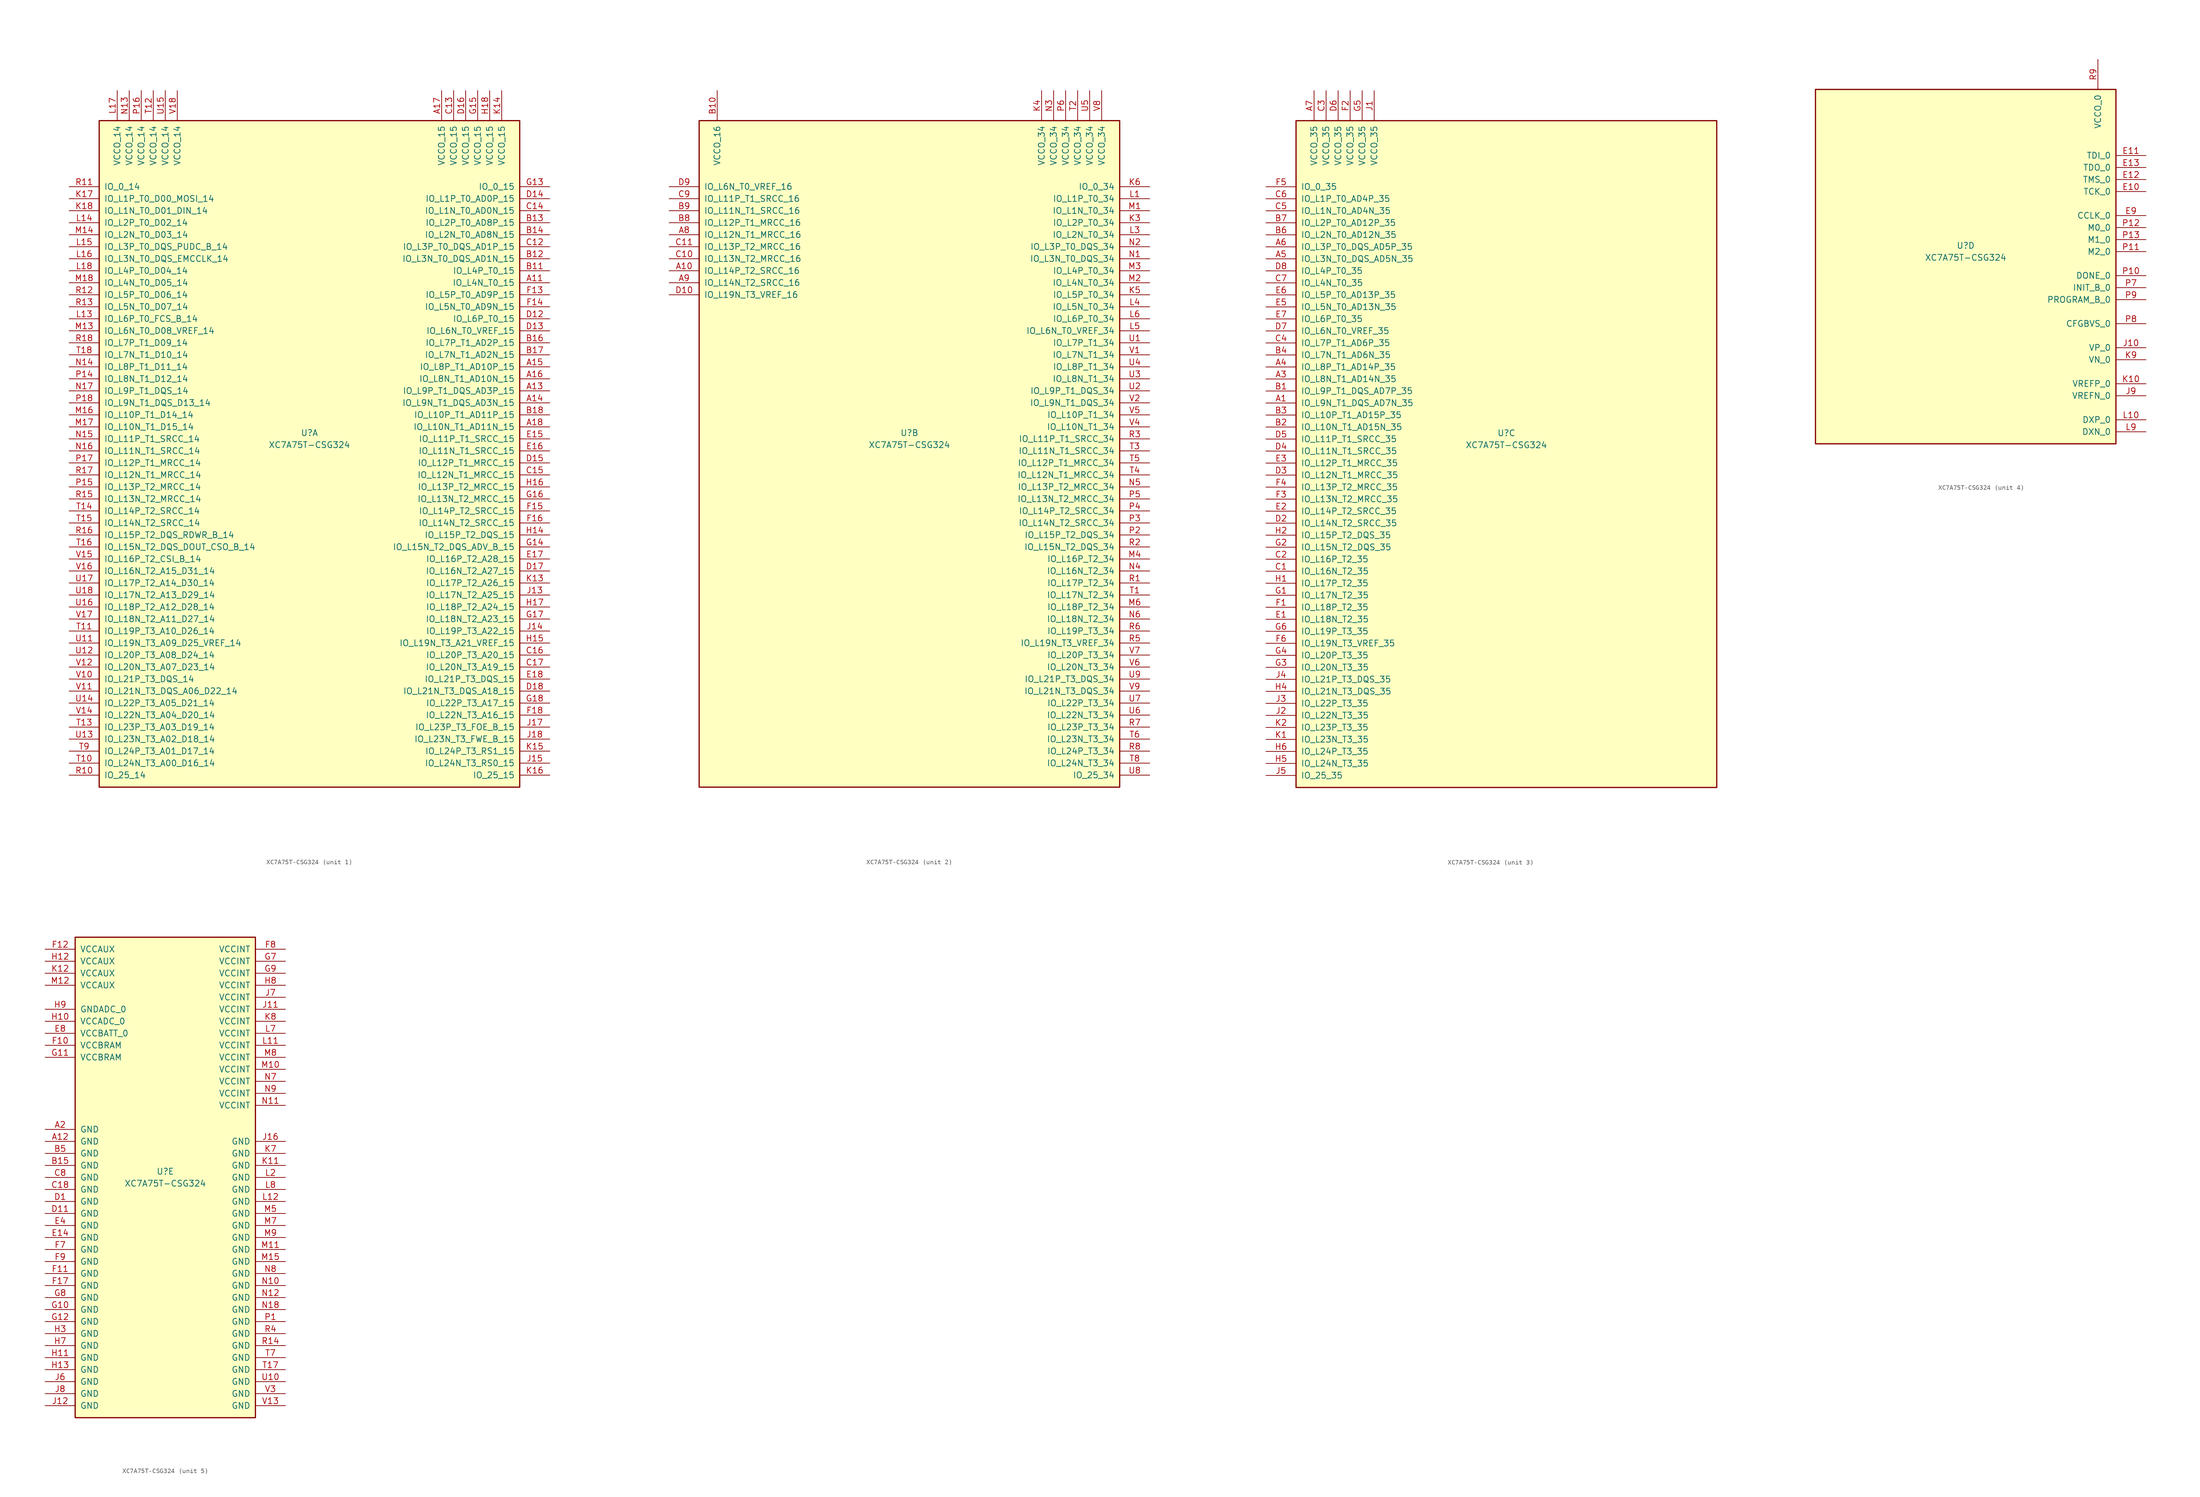
<source format=kicad_sym>
(kicad_symbol_lib
  (version 20231120)
  (generator "kicad_symbol_editor")
  (generator_version "8.0")
  (symbol "XC7A75T-CSG324"
    (pin_names
      (offset 1.016))
    (property "Reference" "U"
      (at 0 1.27 0)
      (effects (font (size 1.27 1.27))))
    (property "Value" "XC7A75T-CSG324"
      (at 0 -1.27 0)
      (effects (font (size 1.27 1.27))))
    (property "Datasheet" ""
      (at 0 0 0)
      (effects (font (size 1.27 1.27))))
    (property "ki_locked" ""
      (at 0 0 0)
      (effects (font (size 1.27 1.27))))
    (symbol "XC7A75T-CSG324_1_1"
      (rectangle (start -44.45 67.31) (end 44.45 -73.66) (stroke (width 0.254) (type default)) (fill (type background)))
      (pin bidirectional line (at 50.8 33.02 180) (length 6.35) (name "IO_L4N_T0_15" (effects (font (size 1.27 1.27)))) (number "A11" (effects (font (size 1.27 1.27)))))
      (pin bidirectional line (at 50.8 10.16 180) (length 6.35) (name "IO_L9P_T1_DQS_AD3P_15" (effects (font (size 1.27 1.27)))) (number "A13" (effects (font (size 1.27 1.27)))))
      (pin bidirectional line (at 50.8 7.62 180) (length 6.35) (name "IO_L9N_T1_DQS_AD3N_15" (effects (font (size 1.27 1.27)))) (number "A14" (effects (font (size 1.27 1.27)))))
      (pin bidirectional line (at 50.8 15.24 180) (length 6.35) (name "IO_L8P_T1_AD10P_15" (effects (font (size 1.27 1.27)))) (number "A15" (effects (font (size 1.27 1.27)))))
      (pin bidirectional line (at 50.8 12.7 180) (length 6.35) (name "IO_L8N_T1_AD10N_15" (effects (font (size 1.27 1.27)))) (number "A16" (effects (font (size 1.27 1.27)))))
      (pin power_in line (at 27.94 73.66 270) (length 6.35) (name "VCCO_15" (effects (font (size 1.27 1.27)))) (number "A17" (effects (font (size 1.27 1.27)))))
      (pin bidirectional line (at 50.8 2.54 180) (length 6.35) (name "IO_L10N_T1_AD11N_15" (effects (font (size 1.27 1.27)))) (number "A18" (effects (font (size 1.27 1.27)))))
      (pin bidirectional line (at 50.8 35.56 180) (length 6.35) (name "IO_L4P_T0_15" (effects (font (size 1.27 1.27)))) (number "B11" (effects (font (size 1.27 1.27)))))
      (pin bidirectional line (at 50.8 38.1 180) (length 6.35) (name "IO_L3N_T0_DQS_AD1N_15" (effects (font (size 1.27 1.27)))) (number "B12" (effects (font (size 1.27 1.27)))))
      (pin bidirectional line (at 50.8 45.72 180) (length 6.35) (name "IO_L2P_T0_AD8P_15" (effects (font (size 1.27 1.27)))) (number "B13" (effects (font (size 1.27 1.27)))))
      (pin bidirectional line (at 50.8 43.18 180) (length 6.35) (name "IO_L2N_T0_AD8N_15" (effects (font (size 1.27 1.27)))) (number "B14" (effects (font (size 1.27 1.27)))))
      (pin bidirectional line (at 50.8 20.32 180) (length 6.35) (name "IO_L7P_T1_AD2P_15" (effects (font (size 1.27 1.27)))) (number "B16" (effects (font (size 1.27 1.27)))))
      (pin bidirectional line (at 50.8 17.78 180) (length 6.35) (name "IO_L7N_T1_AD2N_15" (effects (font (size 1.27 1.27)))) (number "B17" (effects (font (size 1.27 1.27)))))
      (pin bidirectional line (at 50.8 5.08 180) (length 6.35) (name "IO_L10P_T1_AD11P_15" (effects (font (size 1.27 1.27)))) (number "B18" (effects (font (size 1.27 1.27)))))
      (pin bidirectional line (at 50.8 40.64 180) (length 6.35) (name "IO_L3P_T0_DQS_AD1P_15" (effects (font (size 1.27 1.27)))) (number "C12" (effects (font (size 1.27 1.27)))))
      (pin power_in line (at 30.48 73.66 270) (length 6.35) (name "VCCO_15" (effects (font (size 1.27 1.27)))) (number "C13" (effects (font (size 1.27 1.27)))))
      (pin bidirectional line (at 50.8 48.26 180) (length 6.35) (name "IO_L1N_T0_AD0N_15" (effects (font (size 1.27 1.27)))) (number "C14" (effects (font (size 1.27 1.27)))))
      (pin bidirectional line (at 50.8 -7.62 180) (length 6.35) (name "IO_L12N_T1_MRCC_15" (effects (font (size 1.27 1.27)))) (number "C15" (effects (font (size 1.27 1.27)))))
      (pin bidirectional line (at 50.8 -45.72 180) (length 6.35) (name "IO_L20P_T3_A20_15" (effects (font (size 1.27 1.27)))) (number "C16" (effects (font (size 1.27 1.27)))))
      (pin bidirectional line (at 50.8 -48.26 180) (length 6.35) (name "IO_L20N_T3_A19_15" (effects (font (size 1.27 1.27)))) (number "C17" (effects (font (size 1.27 1.27)))))
      (pin bidirectional line (at 50.8 25.4 180) (length 6.35) (name "IO_L6P_T0_15" (effects (font (size 1.27 1.27)))) (number "D12" (effects (font (size 1.27 1.27)))))
      (pin bidirectional line (at 50.8 22.86 180) (length 6.35) (name "IO_L6N_T0_VREF_15" (effects (font (size 1.27 1.27)))) (number "D13" (effects (font (size 1.27 1.27)))))
      (pin bidirectional line (at 50.8 50.8 180) (length 6.35) (name "IO_L1P_T0_AD0P_15" (effects (font (size 1.27 1.27)))) (number "D14" (effects (font (size 1.27 1.27)))))
      (pin bidirectional line (at 50.8 -5.08 180) (length 6.35) (name "IO_L12P_T1_MRCC_15" (effects (font (size 1.27 1.27)))) (number "D15" (effects (font (size 1.27 1.27)))))
      (pin power_in line (at 33.02 73.66 270) (length 6.35) (name "VCCO_15" (effects (font (size 1.27 1.27)))) (number "D16" (effects (font (size 1.27 1.27)))))
      (pin bidirectional line (at 50.8 -27.94 180) (length 6.35) (name "IO_L16N_T2_A27_15" (effects (font (size 1.27 1.27)))) (number "D17" (effects (font (size 1.27 1.27)))))
      (pin bidirectional line (at 50.8 -53.34 180) (length 6.35) (name "IO_L21N_T3_DQS_A18_15" (effects (font (size 1.27 1.27)))) (number "D18" (effects (font (size 1.27 1.27)))))
      (pin bidirectional line (at 50.8 0 180) (length 6.35) (name "IO_L11P_T1_SRCC_15" (effects (font (size 1.27 1.27)))) (number "E15" (effects (font (size 1.27 1.27)))))
      (pin bidirectional line (at 50.8 -2.54 180) (length 6.35) (name "IO_L11N_T1_SRCC_15" (effects (font (size 1.27 1.27)))) (number "E16" (effects (font (size 1.27 1.27)))))
      (pin bidirectional line (at 50.8 -25.4 180) (length 6.35) (name "IO_L16P_T2_A28_15" (effects (font (size 1.27 1.27)))) (number "E17" (effects (font (size 1.27 1.27)))))
      (pin bidirectional line (at 50.8 -50.8 180) (length 6.35) (name "IO_L21P_T3_DQS_15" (effects (font (size 1.27 1.27)))) (number "E18" (effects (font (size 1.27 1.27)))))
      (pin bidirectional line (at 50.8 30.48 180) (length 6.35) (name "IO_L5P_T0_AD9P_15" (effects (font (size 1.27 1.27)))) (number "F13" (effects (font (size 1.27 1.27)))))
      (pin bidirectional line (at 50.8 27.94 180) (length 6.35) (name "IO_L5N_T0_AD9N_15" (effects (font (size 1.27 1.27)))) (number "F14" (effects (font (size 1.27 1.27)))))
      (pin bidirectional line (at 50.8 -15.24 180) (length 6.35) (name "IO_L14P_T2_SRCC_15" (effects (font (size 1.27 1.27)))) (number "F15" (effects (font (size 1.27 1.27)))))
      (pin bidirectional line (at 50.8 -17.78 180) (length 6.35) (name "IO_L14N_T2_SRCC_15" (effects (font (size 1.27 1.27)))) (number "F16" (effects (font (size 1.27 1.27)))))
      (pin bidirectional line (at 50.8 -58.42 180) (length 6.35) (name "IO_L22N_T3_A16_15" (effects (font (size 1.27 1.27)))) (number "F18" (effects (font (size 1.27 1.27)))))
      (pin bidirectional line (at 50.8 53.34 180) (length 6.35) (name "IO_0_15" (effects (font (size 1.27 1.27)))) (number "G13" (effects (font (size 1.27 1.27)))))
      (pin bidirectional line (at 50.8 -22.86 180) (length 6.35) (name "IO_L15N_T2_DQS_ADV_B_15" (effects (font (size 1.27 1.27)))) (number "G14" (effects (font (size 1.27 1.27)))))
      (pin power_in line (at 35.56 73.66 270) (length 6.35) (name "VCCO_15" (effects (font (size 1.27 1.27)))) (number "G15" (effects (font (size 1.27 1.27)))))
      (pin bidirectional line (at 50.8 -12.7 180) (length 6.35) (name "IO_L13N_T2_MRCC_15" (effects (font (size 1.27 1.27)))) (number "G16" (effects (font (size 1.27 1.27)))))
      (pin bidirectional line (at 50.8 -38.1 180) (length 6.35) (name "IO_L18N_T2_A23_15" (effects (font (size 1.27 1.27)))) (number "G17" (effects (font (size 1.27 1.27)))))
      (pin bidirectional line (at 50.8 -55.88 180) (length 6.35) (name "IO_L22P_T3_A17_15" (effects (font (size 1.27 1.27)))) (number "G18" (effects (font (size 1.27 1.27)))))
      (pin bidirectional line (at 50.8 -20.32 180) (length 6.35) (name "IO_L15P_T2_DQS_15" (effects (font (size 1.27 1.27)))) (number "H14" (effects (font (size 1.27 1.27)))))
      (pin bidirectional line (at 50.8 -43.18 180) (length 6.35) (name "IO_L19N_T3_A21_VREF_15" (effects (font (size 1.27 1.27)))) (number "H15" (effects (font (size 1.27 1.27)))))
      (pin bidirectional line (at 50.8 -10.16 180) (length 6.35) (name "IO_L13P_T2_MRCC_15" (effects (font (size 1.27 1.27)))) (number "H16" (effects (font (size 1.27 1.27)))))
      (pin bidirectional line (at 50.8 -35.56 180) (length 6.35) (name "IO_L18P_T2_A24_15" (effects (font (size 1.27 1.27)))) (number "H17" (effects (font (size 1.27 1.27)))))
      (pin power_in line (at 38.1 73.66 270) (length 6.35) (name "VCCO_15" (effects (font (size 1.27 1.27)))) (number "H18" (effects (font (size 1.27 1.27)))))
      (pin bidirectional line (at 50.8 -33.02 180) (length 6.35) (name "IO_L17N_T2_A25_15" (effects (font (size 1.27 1.27)))) (number "J13" (effects (font (size 1.27 1.27)))))
      (pin bidirectional line (at 50.8 -40.64 180) (length 6.35) (name "IO_L19P_T3_A22_15" (effects (font (size 1.27 1.27)))) (number "J14" (effects (font (size 1.27 1.27)))))
      (pin bidirectional line (at 50.8 -68.58 180) (length 6.35) (name "IO_L24N_T3_RS0_15" (effects (font (size 1.27 1.27)))) (number "J15" (effects (font (size 1.27 1.27)))))
      (pin bidirectional line (at 50.8 -60.96 180) (length 6.35) (name "IO_L23P_T3_FOE_B_15" (effects (font (size 1.27 1.27)))) (number "J17" (effects (font (size 1.27 1.27)))))
      (pin bidirectional line (at 50.8 -63.5 180) (length 6.35) (name "IO_L23N_T3_FWE_B_15" (effects (font (size 1.27 1.27)))) (number "J18" (effects (font (size 1.27 1.27)))))
      (pin bidirectional line (at 50.8 -30.48 180) (length 6.35) (name "IO_L17P_T2_A26_15" (effects (font (size 1.27 1.27)))) (number "K13" (effects (font (size 1.27 1.27)))))
      (pin power_in line (at 40.64 73.66 270) (length 6.35) (name "VCCO_15" (effects (font (size 1.27 1.27)))) (number "K14" (effects (font (size 1.27 1.27)))))
      (pin bidirectional line (at 50.8 -66.04 180) (length 6.35) (name "IO_L24P_T3_RS1_15" (effects (font (size 1.27 1.27)))) (number "K15" (effects (font (size 1.27 1.27)))))
      (pin bidirectional line (at 50.8 -71.12 180) (length 6.35) (name "IO_25_15" (effects (font (size 1.27 1.27)))) (number "K16" (effects (font (size 1.27 1.27)))))
      (pin bidirectional line (at -50.8 50.8 0) (length 6.35) (name "IO_L1P_T0_D00_MOSI_14" (effects (font (size 1.27 1.27)))) (number "K17" (effects (font (size 1.27 1.27)))))
      (pin bidirectional line (at -50.8 48.26 0) (length 6.35) (name "IO_L1N_T0_D01_DIN_14" (effects (font (size 1.27 1.27)))) (number "K18" (effects (font (size 1.27 1.27)))))
      (pin bidirectional line (at -50.8 25.4 0) (length 6.35) (name "IO_L6P_T0_FCS_B_14" (effects (font (size 1.27 1.27)))) (number "L13" (effects (font (size 1.27 1.27)))))
      (pin bidirectional line (at -50.8 45.72 0) (length 6.35) (name "IO_L2P_T0_D02_14" (effects (font (size 1.27 1.27)))) (number "L14" (effects (font (size 1.27 1.27)))))
      (pin bidirectional line (at -50.8 40.64 0) (length 6.35) (name "IO_L3P_T0_DQS_PUDC_B_14" (effects (font (size 1.27 1.27)))) (number "L15" (effects (font (size 1.27 1.27)))))
      (pin bidirectional line (at -50.8 38.1 0) (length 6.35) (name "IO_L3N_T0_DQS_EMCCLK_14" (effects (font (size 1.27 1.27)))) (number "L16" (effects (font (size 1.27 1.27)))))
      (pin power_in line (at -40.64 73.66 270) (length 6.35) (name "VCCO_14" (effects (font (size 1.27 1.27)))) (number "L17" (effects (font (size 1.27 1.27)))))
      (pin bidirectional line (at -50.8 35.56 0) (length 6.35) (name "IO_L4P_T0_D04_14" (effects (font (size 1.27 1.27)))) (number "L18" (effects (font (size 1.27 1.27)))))
      (pin bidirectional line (at -50.8 22.86 0) (length 6.35) (name "IO_L6N_T0_D08_VREF_14" (effects (font (size 1.27 1.27)))) (number "M13" (effects (font (size 1.27 1.27)))))
      (pin bidirectional line (at -50.8 43.18 0) (length 6.35) (name "IO_L2N_T0_D03_14" (effects (font (size 1.27 1.27)))) (number "M14" (effects (font (size 1.27 1.27)))))
      (pin bidirectional line (at -50.8 5.08 0) (length 6.35) (name "IO_L10P_T1_D14_14" (effects (font (size 1.27 1.27)))) (number "M16" (effects (font (size 1.27 1.27)))))
      (pin bidirectional line (at -50.8 2.54 0) (length 6.35) (name "IO_L10N_T1_D15_14" (effects (font (size 1.27 1.27)))) (number "M17" (effects (font (size 1.27 1.27)))))
      (pin bidirectional line (at -50.8 33.02 0) (length 6.35) (name "IO_L4N_T0_D05_14" (effects (font (size 1.27 1.27)))) (number "M18" (effects (font (size 1.27 1.27)))))
      (pin power_in line (at -38.1 73.66 270) (length 6.35) (name "VCCO_14" (effects (font (size 1.27 1.27)))) (number "N13" (effects (font (size 1.27 1.27)))))
      (pin bidirectional line (at -50.8 15.24 0) (length 6.35) (name "IO_L8P_T1_D11_14" (effects (font (size 1.27 1.27)))) (number "N14" (effects (font (size 1.27 1.27)))))
      (pin bidirectional line (at -50.8 0 0) (length 6.35) (name "IO_L11P_T1_SRCC_14" (effects (font (size 1.27 1.27)))) (number "N15" (effects (font (size 1.27 1.27)))))
      (pin bidirectional line (at -50.8 -2.54 0) (length 6.35) (name "IO_L11N_T1_SRCC_14" (effects (font (size 1.27 1.27)))) (number "N16" (effects (font (size 1.27 1.27)))))
      (pin bidirectional line (at -50.8 10.16 0) (length 6.35) (name "IO_L9P_T1_DQS_14" (effects (font (size 1.27 1.27)))) (number "N17" (effects (font (size 1.27 1.27)))))
      (pin bidirectional line (at -50.8 12.7 0) (length 6.35) (name "IO_L8N_T1_D12_14" (effects (font (size 1.27 1.27)))) (number "P14" (effects (font (size 1.27 1.27)))))
      (pin bidirectional line (at -50.8 -10.16 0) (length 6.35) (name "IO_L13P_T2_MRCC_14" (effects (font (size 1.27 1.27)))) (number "P15" (effects (font (size 1.27 1.27)))))
      (pin power_in line (at -35.56 73.66 270) (length 6.35) (name "VCCO_14" (effects (font (size 1.27 1.27)))) (number "P16" (effects (font (size 1.27 1.27)))))
      (pin bidirectional line (at -50.8 -5.08 0) (length 6.35) (name "IO_L12P_T1_MRCC_14" (effects (font (size 1.27 1.27)))) (number "P17" (effects (font (size 1.27 1.27)))))
      (pin bidirectional line (at -50.8 7.62 0) (length 6.35) (name "IO_L9N_T1_DQS_D13_14" (effects (font (size 1.27 1.27)))) (number "P18" (effects (font (size 1.27 1.27)))))
      (pin bidirectional line (at -50.8 -71.12 0) (length 6.35) (name "IO_25_14" (effects (font (size 1.27 1.27)))) (number "R10" (effects (font (size 1.27 1.27)))))
      (pin bidirectional line (at -50.8 53.34 0) (length 6.35) (name "IO_0_14" (effects (font (size 1.27 1.27)))) (number "R11" (effects (font (size 1.27 1.27)))))
      (pin bidirectional line (at -50.8 30.48 0) (length 6.35) (name "IO_L5P_T0_D06_14" (effects (font (size 1.27 1.27)))) (number "R12" (effects (font (size 1.27 1.27)))))
      (pin bidirectional line (at -50.8 27.94 0) (length 6.35) (name "IO_L5N_T0_D07_14" (effects (font (size 1.27 1.27)))) (number "R13" (effects (font (size 1.27 1.27)))))
      (pin bidirectional line (at -50.8 -12.7 0) (length 6.35) (name "IO_L13N_T2_MRCC_14" (effects (font (size 1.27 1.27)))) (number "R15" (effects (font (size 1.27 1.27)))))
      (pin bidirectional line (at -50.8 -20.32 0) (length 6.35) (name "IO_L15P_T2_DQS_RDWR_B_14" (effects (font (size 1.27 1.27)))) (number "R16" (effects (font (size 1.27 1.27)))))
      (pin bidirectional line (at -50.8 -7.62 0) (length 6.35) (name "IO_L12N_T1_MRCC_14" (effects (font (size 1.27 1.27)))) (number "R17" (effects (font (size 1.27 1.27)))))
      (pin bidirectional line (at -50.8 20.32 0) (length 6.35) (name "IO_L7P_T1_D09_14" (effects (font (size 1.27 1.27)))) (number "R18" (effects (font (size 1.27 1.27)))))
      (pin bidirectional line (at -50.8 -68.58 0) (length 6.35) (name "IO_L24N_T3_A00_D16_14" (effects (font (size 1.27 1.27)))) (number "T10" (effects (font (size 1.27 1.27)))))
      (pin bidirectional line (at -50.8 -40.64 0) (length 6.35) (name "IO_L19P_T3_A10_D26_14" (effects (font (size 1.27 1.27)))) (number "T11" (effects (font (size 1.27 1.27)))))
      (pin power_in line (at -33.02 73.66 270) (length 6.35) (name "VCCO_14" (effects (font (size 1.27 1.27)))) (number "T12" (effects (font (size 1.27 1.27)))))
      (pin bidirectional line (at -50.8 -60.96 0) (length 6.35) (name "IO_L23P_T3_A03_D19_14" (effects (font (size 1.27 1.27)))) (number "T13" (effects (font (size 1.27 1.27)))))
      (pin bidirectional line (at -50.8 -15.24 0) (length 6.35) (name "IO_L14P_T2_SRCC_14" (effects (font (size 1.27 1.27)))) (number "T14" (effects (font (size 1.27 1.27)))))
      (pin bidirectional line (at -50.8 -17.78 0) (length 6.35) (name "IO_L14N_T2_SRCC_14" (effects (font (size 1.27 1.27)))) (number "T15" (effects (font (size 1.27 1.27)))))
      (pin bidirectional line (at -50.8 -22.86 0) (length 6.35) (name "IO_L15N_T2_DQS_DOUT_CSO_B_14" (effects (font (size 1.27 1.27)))) (number "T16" (effects (font (size 1.27 1.27)))))
      (pin bidirectional line (at -50.8 17.78 0) (length 6.35) (name "IO_L7N_T1_D10_14" (effects (font (size 1.27 1.27)))) (number "T18" (effects (font (size 1.27 1.27)))))
      (pin bidirectional line (at -50.8 -66.04 0) (length 6.35) (name "IO_L24P_T3_A01_D17_14" (effects (font (size 1.27 1.27)))) (number "T9" (effects (font (size 1.27 1.27)))))
      (pin bidirectional line (at -50.8 -43.18 0) (length 6.35) (name "IO_L19N_T3_A09_D25_VREF_14" (effects (font (size 1.27 1.27)))) (number "U11" (effects (font (size 1.27 1.27)))))
      (pin bidirectional line (at -50.8 -45.72 0) (length 6.35) (name "IO_L20P_T3_A08_D24_14" (effects (font (size 1.27 1.27)))) (number "U12" (effects (font (size 1.27 1.27)))))
      (pin bidirectional line (at -50.8 -63.5 0) (length 6.35) (name "IO_L23N_T3_A02_D18_14" (effects (font (size 1.27 1.27)))) (number "U13" (effects (font (size 1.27 1.27)))))
      (pin bidirectional line (at -50.8 -55.88 0) (length 6.35) (name "IO_L22P_T3_A05_D21_14" (effects (font (size 1.27 1.27)))) (number "U14" (effects (font (size 1.27 1.27)))))
      (pin power_in line (at -30.48 73.66 270) (length 6.35) (name "VCCO_14" (effects (font (size 1.27 1.27)))) (number "U15" (effects (font (size 1.27 1.27)))))
      (pin bidirectional line (at -50.8 -35.56 0) (length 6.35) (name "IO_L18P_T2_A12_D28_14" (effects (font (size 1.27 1.27)))) (number "U16" (effects (font (size 1.27 1.27)))))
      (pin bidirectional line (at -50.8 -30.48 0) (length 6.35) (name "IO_L17P_T2_A14_D30_14" (effects (font (size 1.27 1.27)))) (number "U17" (effects (font (size 1.27 1.27)))))
      (pin bidirectional line (at -50.8 -33.02 0) (length 6.35) (name "IO_L17N_T2_A13_D29_14" (effects (font (size 1.27 1.27)))) (number "U18" (effects (font (size 1.27 1.27)))))
      (pin bidirectional line (at -50.8 -50.8 0) (length 6.35) (name "IO_L21P_T3_DQS_14" (effects (font (size 1.27 1.27)))) (number "V10" (effects (font (size 1.27 1.27)))))
      (pin bidirectional line (at -50.8 -53.34 0) (length 6.35) (name "IO_L21N_T3_DQS_A06_D22_14" (effects (font (size 1.27 1.27)))) (number "V11" (effects (font (size 1.27 1.27)))))
      (pin bidirectional line (at -50.8 -48.26 0) (length 6.35) (name "IO_L20N_T3_A07_D23_14" (effects (font (size 1.27 1.27)))) (number "V12" (effects (font (size 1.27 1.27)))))
      (pin bidirectional line (at -50.8 -58.42 0) (length 6.35) (name "IO_L22N_T3_A04_D20_14" (effects (font (size 1.27 1.27)))) (number "V14" (effects (font (size 1.27 1.27)))))
      (pin bidirectional line (at -50.8 -25.4 0) (length 6.35) (name "IO_L16P_T2_CSI_B_14" (effects (font (size 1.27 1.27)))) (number "V15" (effects (font (size 1.27 1.27)))))
      (pin bidirectional line (at -50.8 -27.94 0) (length 6.35) (name "IO_L16N_T2_A15_D31_14" (effects (font (size 1.27 1.27)))) (number "V16" (effects (font (size 1.27 1.27)))))
      (pin bidirectional line (at -50.8 -38.1 0) (length 6.35) (name "IO_L18N_T2_A11_D27_14" (effects (font (size 1.27 1.27)))) (number "V17" (effects (font (size 1.27 1.27)))))
      (pin power_in line (at -27.94 73.66 270) (length 6.35) (name "VCCO_14" (effects (font (size 1.27 1.27)))) (number "V18" (effects (font (size 1.27 1.27))))))
    (symbol "XC7A75T-CSG324_2_1"
      (rectangle (start -44.45 67.31) (end 44.45 -73.66) (stroke (width 0.254) (type default)) (fill (type background)))
      (pin bidirectional line (at -50.8 35.56 0) (length 6.35) (name "IO_L14P_T2_SRCC_16" (effects (font (size 1.27 1.27)))) (number "A10" (effects (font (size 1.27 1.27)))))
      (pin bidirectional line (at -50.8 43.18 0) (length 6.35) (name "IO_L12N_T1_MRCC_16" (effects (font (size 1.27 1.27)))) (number "A8" (effects (font (size 1.27 1.27)))))
      (pin bidirectional line (at -50.8 33.02 0) (length 6.35) (name "IO_L14N_T2_SRCC_16" (effects (font (size 1.27 1.27)))) (number "A9" (effects (font (size 1.27 1.27)))))
      (pin power_in line (at -40.64 73.66 270) (length 6.35) (name "VCCO_16" (effects (font (size 1.27 1.27)))) (number "B10" (effects (font (size 1.27 1.27)))))
      (pin bidirectional line (at -50.8 45.72 0) (length 6.35) (name "IO_L12P_T1_MRCC_16" (effects (font (size 1.27 1.27)))) (number "B8" (effects (font (size 1.27 1.27)))))
      (pin bidirectional line (at -50.8 48.26 0) (length 6.35) (name "IO_L11N_T1_SRCC_16" (effects (font (size 1.27 1.27)))) (number "B9" (effects (font (size 1.27 1.27)))))
      (pin bidirectional line (at -50.8 38.1 0) (length 6.35) (name "IO_L13N_T2_MRCC_16" (effects (font (size 1.27 1.27)))) (number "C10" (effects (font (size 1.27 1.27)))))
      (pin bidirectional line (at -50.8 40.64 0) (length 6.35) (name "IO_L13P_T2_MRCC_16" (effects (font (size 1.27 1.27)))) (number "C11" (effects (font (size 1.27 1.27)))))
      (pin bidirectional line (at -50.8 50.8 0) (length 6.35) (name "IO_L11P_T1_SRCC_16" (effects (font (size 1.27 1.27)))) (number "C9" (effects (font (size 1.27 1.27)))))
      (pin bidirectional line (at -50.8 30.48 0) (length 6.35) (name "IO_L19N_T3_VREF_16" (effects (font (size 1.27 1.27)))) (number "D10" (effects (font (size 1.27 1.27)))))
      (pin bidirectional line (at -50.8 53.34 0) (length 6.35) (name "IO_L6N_T0_VREF_16" (effects (font (size 1.27 1.27)))) (number "D9" (effects (font (size 1.27 1.27)))))
      (pin bidirectional line (at 50.8 45.72 180) (length 6.35) (name "IO_L2P_T0_34" (effects (font (size 1.27 1.27)))) (number "K3" (effects (font (size 1.27 1.27)))))
      (pin power_in line (at 27.94 73.66 270) (length 6.35) (name "VCCO_34" (effects (font (size 1.27 1.27)))) (number "K4" (effects (font (size 1.27 1.27)))))
      (pin bidirectional line (at 50.8 30.48 180) (length 6.35) (name "IO_L5P_T0_34" (effects (font (size 1.27 1.27)))) (number "K5" (effects (font (size 1.27 1.27)))))
      (pin bidirectional line (at 50.8 53.34 180) (length 6.35) (name "IO_0_34" (effects (font (size 1.27 1.27)))) (number "K6" (effects (font (size 1.27 1.27)))))
      (pin bidirectional line (at 50.8 50.8 180) (length 6.35) (name "IO_L1P_T0_34" (effects (font (size 1.27 1.27)))) (number "L1" (effects (font (size 1.27 1.27)))))
      (pin bidirectional line (at 50.8 43.18 180) (length 6.35) (name "IO_L2N_T0_34" (effects (font (size 1.27 1.27)))) (number "L3" (effects (font (size 1.27 1.27)))))
      (pin bidirectional line (at 50.8 27.94 180) (length 6.35) (name "IO_L5N_T0_34" (effects (font (size 1.27 1.27)))) (number "L4" (effects (font (size 1.27 1.27)))))
      (pin bidirectional line (at 50.8 22.86 180) (length 6.35) (name "IO_L6N_T0_VREF_34" (effects (font (size 1.27 1.27)))) (number "L5" (effects (font (size 1.27 1.27)))))
      (pin bidirectional line (at 50.8 25.4 180) (length 6.35) (name "IO_L6P_T0_34" (effects (font (size 1.27 1.27)))) (number "L6" (effects (font (size 1.27 1.27)))))
      (pin bidirectional line (at 50.8 48.26 180) (length 6.35) (name "IO_L1N_T0_34" (effects (font (size 1.27 1.27)))) (number "M1" (effects (font (size 1.27 1.27)))))
      (pin bidirectional line (at 50.8 33.02 180) (length 6.35) (name "IO_L4N_T0_34" (effects (font (size 1.27 1.27)))) (number "M2" (effects (font (size 1.27 1.27)))))
      (pin bidirectional line (at 50.8 35.56 180) (length 6.35) (name "IO_L4P_T0_34" (effects (font (size 1.27 1.27)))) (number "M3" (effects (font (size 1.27 1.27)))))
      (pin bidirectional line (at 50.8 -25.4 180) (length 6.35) (name "IO_L16P_T2_34" (effects (font (size 1.27 1.27)))) (number "M4" (effects (font (size 1.27 1.27)))))
      (pin bidirectional line (at 50.8 -35.56 180) (length 6.35) (name "IO_L18P_T2_34" (effects (font (size 1.27 1.27)))) (number "M6" (effects (font (size 1.27 1.27)))))
      (pin bidirectional line (at 50.8 38.1 180) (length 6.35) (name "IO_L3N_T0_DQS_34" (effects (font (size 1.27 1.27)))) (number "N1" (effects (font (size 1.27 1.27)))))
      (pin bidirectional line (at 50.8 40.64 180) (length 6.35) (name "IO_L3P_T0_DQS_34" (effects (font (size 1.27 1.27)))) (number "N2" (effects (font (size 1.27 1.27)))))
      (pin power_in line (at 30.48 73.66 270) (length 6.35) (name "VCCO_34" (effects (font (size 1.27 1.27)))) (number "N3" (effects (font (size 1.27 1.27)))))
      (pin bidirectional line (at 50.8 -27.94 180) (length 6.35) (name "IO_L16N_T2_34" (effects (font (size 1.27 1.27)))) (number "N4" (effects (font (size 1.27 1.27)))))
      (pin bidirectional line (at 50.8 -10.16 180) (length 6.35) (name "IO_L13P_T2_MRCC_34" (effects (font (size 1.27 1.27)))) (number "N5" (effects (font (size 1.27 1.27)))))
      (pin bidirectional line (at 50.8 -38.1 180) (length 6.35) (name "IO_L18N_T2_34" (effects (font (size 1.27 1.27)))) (number "N6" (effects (font (size 1.27 1.27)))))
      (pin bidirectional line (at 50.8 -20.32 180) (length 6.35) (name "IO_L15P_T2_DQS_34" (effects (font (size 1.27 1.27)))) (number "P2" (effects (font (size 1.27 1.27)))))
      (pin bidirectional line (at 50.8 -17.78 180) (length 6.35) (name "IO_L14N_T2_SRCC_34" (effects (font (size 1.27 1.27)))) (number "P3" (effects (font (size 1.27 1.27)))))
      (pin bidirectional line (at 50.8 -15.24 180) (length 6.35) (name "IO_L14P_T2_SRCC_34" (effects (font (size 1.27 1.27)))) (number "P4" (effects (font (size 1.27 1.27)))))
      (pin bidirectional line (at 50.8 -12.7 180) (length 6.35) (name "IO_L13N_T2_MRCC_34" (effects (font (size 1.27 1.27)))) (number "P5" (effects (font (size 1.27 1.27)))))
      (pin power_in line (at 33.02 73.66 270) (length 6.35) (name "VCCO_34" (effects (font (size 1.27 1.27)))) (number "P6" (effects (font (size 1.27 1.27)))))
      (pin bidirectional line (at 50.8 -30.48 180) (length 6.35) (name "IO_L17P_T2_34" (effects (font (size 1.27 1.27)))) (number "R1" (effects (font (size 1.27 1.27)))))
      (pin bidirectional line (at 50.8 -22.86 180) (length 6.35) (name "IO_L15N_T2_DQS_34" (effects (font (size 1.27 1.27)))) (number "R2" (effects (font (size 1.27 1.27)))))
      (pin bidirectional line (at 50.8 0 180) (length 6.35) (name "IO_L11P_T1_SRCC_34" (effects (font (size 1.27 1.27)))) (number "R3" (effects (font (size 1.27 1.27)))))
      (pin bidirectional line (at 50.8 -43.18 180) (length 6.35) (name "IO_L19N_T3_VREF_34" (effects (font (size 1.27 1.27)))) (number "R5" (effects (font (size 1.27 1.27)))))
      (pin bidirectional line (at 50.8 -40.64 180) (length 6.35) (name "IO_L19P_T3_34" (effects (font (size 1.27 1.27)))) (number "R6" (effects (font (size 1.27 1.27)))))
      (pin bidirectional line (at 50.8 -60.96 180) (length 6.35) (name "IO_L23P_T3_34" (effects (font (size 1.27 1.27)))) (number "R7" (effects (font (size 1.27 1.27)))))
      (pin bidirectional line (at 50.8 -66.04 180) (length 6.35) (name "IO_L24P_T3_34" (effects (font (size 1.27 1.27)))) (number "R8" (effects (font (size 1.27 1.27)))))
      (pin bidirectional line (at 50.8 -33.02 180) (length 6.35) (name "IO_L17N_T2_34" (effects (font (size 1.27 1.27)))) (number "T1" (effects (font (size 1.27 1.27)))))
      (pin power_in line (at 35.56 73.66 270) (length 6.35) (name "VCCO_34" (effects (font (size 1.27 1.27)))) (number "T2" (effects (font (size 1.27 1.27)))))
      (pin bidirectional line (at 50.8 -2.54 180) (length 6.35) (name "IO_L11N_T1_SRCC_34" (effects (font (size 1.27 1.27)))) (number "T3" (effects (font (size 1.27 1.27)))))
      (pin bidirectional line (at 50.8 -7.62 180) (length 6.35) (name "IO_L12N_T1_MRCC_34" (effects (font (size 1.27 1.27)))) (number "T4" (effects (font (size 1.27 1.27)))))
      (pin bidirectional line (at 50.8 -5.08 180) (length 6.35) (name "IO_L12P_T1_MRCC_34" (effects (font (size 1.27 1.27)))) (number "T5" (effects (font (size 1.27 1.27)))))
      (pin bidirectional line (at 50.8 -63.5 180) (length 6.35) (name "IO_L23N_T3_34" (effects (font (size 1.27 1.27)))) (number "T6" (effects (font (size 1.27 1.27)))))
      (pin bidirectional line (at 50.8 -68.58 180) (length 6.35) (name "IO_L24N_T3_34" (effects (font (size 1.27 1.27)))) (number "T8" (effects (font (size 1.27 1.27)))))
      (pin bidirectional line (at 50.8 20.32 180) (length 6.35) (name "IO_L7P_T1_34" (effects (font (size 1.27 1.27)))) (number "U1" (effects (font (size 1.27 1.27)))))
      (pin bidirectional line (at 50.8 10.16 180) (length 6.35) (name "IO_L9P_T1_DQS_34" (effects (font (size 1.27 1.27)))) (number "U2" (effects (font (size 1.27 1.27)))))
      (pin bidirectional line (at 50.8 12.7 180) (length 6.35) (name "IO_L8N_T1_34" (effects (font (size 1.27 1.27)))) (number "U3" (effects (font (size 1.27 1.27)))))
      (pin bidirectional line (at 50.8 15.24 180) (length 6.35) (name "IO_L8P_T1_34" (effects (font (size 1.27 1.27)))) (number "U4" (effects (font (size 1.27 1.27)))))
      (pin power_in line (at 38.1 73.66 270) (length 6.35) (name "VCCO_34" (effects (font (size 1.27 1.27)))) (number "U5" (effects (font (size 1.27 1.27)))))
      (pin bidirectional line (at 50.8 -58.42 180) (length 6.35) (name "IO_L22N_T3_34" (effects (font (size 1.27 1.27)))) (number "U6" (effects (font (size 1.27 1.27)))))
      (pin bidirectional line (at 50.8 -55.88 180) (length 6.35) (name "IO_L22P_T3_34" (effects (font (size 1.27 1.27)))) (number "U7" (effects (font (size 1.27 1.27)))))
      (pin bidirectional line (at 50.8 -71.12 180) (length 6.35) (name "IO_25_34" (effects (font (size 1.27 1.27)))) (number "U8" (effects (font (size 1.27 1.27)))))
      (pin bidirectional line (at 50.8 -50.8 180) (length 6.35) (name "IO_L21P_T3_DQS_34" (effects (font (size 1.27 1.27)))) (number "U9" (effects (font (size 1.27 1.27)))))
      (pin bidirectional line (at 50.8 17.78 180) (length 6.35) (name "IO_L7N_T1_34" (effects (font (size 1.27 1.27)))) (number "V1" (effects (font (size 1.27 1.27)))))
      (pin bidirectional line (at 50.8 7.62 180) (length 6.35) (name "IO_L9N_T1_DQS_34" (effects (font (size 1.27 1.27)))) (number "V2" (effects (font (size 1.27 1.27)))))
      (pin bidirectional line (at 50.8 2.54 180) (length 6.35) (name "IO_L10N_T1_34" (effects (font (size 1.27 1.27)))) (number "V4" (effects (font (size 1.27 1.27)))))
      (pin bidirectional line (at 50.8 5.08 180) (length 6.35) (name "IO_L10P_T1_34" (effects (font (size 1.27 1.27)))) (number "V5" (effects (font (size 1.27 1.27)))))
      (pin bidirectional line (at 50.8 -48.26 180) (length 6.35) (name "IO_L20N_T3_34" (effects (font (size 1.27 1.27)))) (number "V6" (effects (font (size 1.27 1.27)))))
      (pin bidirectional line (at 50.8 -45.72 180) (length 6.35) (name "IO_L20P_T3_34" (effects (font (size 1.27 1.27)))) (number "V7" (effects (font (size 1.27 1.27)))))
      (pin power_in line (at 40.64 73.66 270) (length 6.35) (name "VCCO_34" (effects (font (size 1.27 1.27)))) (number "V8" (effects (font (size 1.27 1.27)))))
      (pin bidirectional line (at 50.8 -53.34 180) (length 6.35) (name "IO_L21N_T3_DQS_34" (effects (font (size 1.27 1.27)))) (number "V9" (effects (font (size 1.27 1.27))))))
    (symbol "XC7A75T-CSG324_3_1"
      (rectangle (start -44.45 67.31) (end 44.45 -73.66) (stroke (width 0.254) (type default)) (fill (type background)))
      (pin bidirectional line (at -50.8 7.62 0) (length 6.35) (name "IO_L9N_T1_DQS_AD7N_35" (effects (font (size 1.27 1.27)))) (number "A1" (effects (font (size 1.27 1.27)))))
      (pin bidirectional line (at -50.8 12.7 0) (length 6.35) (name "IO_L8N_T1_AD14N_35" (effects (font (size 1.27 1.27)))) (number "A3" (effects (font (size 1.27 1.27)))))
      (pin bidirectional line (at -50.8 15.24 0) (length 6.35) (name "IO_L8P_T1_AD14P_35" (effects (font (size 1.27 1.27)))) (number "A4" (effects (font (size 1.27 1.27)))))
      (pin bidirectional line (at -50.8 38.1 0) (length 6.35) (name "IO_L3N_T0_DQS_AD5N_35" (effects (font (size 1.27 1.27)))) (number "A5" (effects (font (size 1.27 1.27)))))
      (pin bidirectional line (at -50.8 40.64 0) (length 6.35) (name "IO_L3P_T0_DQS_AD5P_35" (effects (font (size 1.27 1.27)))) (number "A6" (effects (font (size 1.27 1.27)))))
      (pin power_in line (at -40.64 73.66 270) (length 6.35) (name "VCCO_35" (effects (font (size 1.27 1.27)))) (number "A7" (effects (font (size 1.27 1.27)))))
      (pin bidirectional line (at -50.8 10.16 0) (length 6.35) (name "IO_L9P_T1_DQS_AD7P_35" (effects (font (size 1.27 1.27)))) (number "B1" (effects (font (size 1.27 1.27)))))
      (pin bidirectional line (at -50.8 2.54 0) (length 6.35) (name "IO_L10N_T1_AD15N_35" (effects (font (size 1.27 1.27)))) (number "B2" (effects (font (size 1.27 1.27)))))
      (pin bidirectional line (at -50.8 5.08 0) (length 6.35) (name "IO_L10P_T1_AD15P_35" (effects (font (size 1.27 1.27)))) (number "B3" (effects (font (size 1.27 1.27)))))
      (pin bidirectional line (at -50.8 17.78 0) (length 6.35) (name "IO_L7N_T1_AD6N_35" (effects (font (size 1.27 1.27)))) (number "B4" (effects (font (size 1.27 1.27)))))
      (pin bidirectional line (at -50.8 43.18 0) (length 6.35) (name "IO_L2N_T0_AD12N_35" (effects (font (size 1.27 1.27)))) (number "B6" (effects (font (size 1.27 1.27)))))
      (pin bidirectional line (at -50.8 45.72 0) (length 6.35) (name "IO_L2P_T0_AD12P_35" (effects (font (size 1.27 1.27)))) (number "B7" (effects (font (size 1.27 1.27)))))
      (pin bidirectional line (at -50.8 -27.94 0) (length 6.35) (name "IO_L16N_T2_35" (effects (font (size 1.27 1.27)))) (number "C1" (effects (font (size 1.27 1.27)))))
      (pin bidirectional line (at -50.8 -25.4 0) (length 6.35) (name "IO_L16P_T2_35" (effects (font (size 1.27 1.27)))) (number "C2" (effects (font (size 1.27 1.27)))))
      (pin power_in line (at -38.1 73.66 270) (length 6.35) (name "VCCO_35" (effects (font (size 1.27 1.27)))) (number "C3" (effects (font (size 1.27 1.27)))))
      (pin bidirectional line (at -50.8 20.32 0) (length 6.35) (name "IO_L7P_T1_AD6P_35" (effects (font (size 1.27 1.27)))) (number "C4" (effects (font (size 1.27 1.27)))))
      (pin bidirectional line (at -50.8 48.26 0) (length 6.35) (name "IO_L1N_T0_AD4N_35" (effects (font (size 1.27 1.27)))) (number "C5" (effects (font (size 1.27 1.27)))))
      (pin bidirectional line (at -50.8 50.8 0) (length 6.35) (name "IO_L1P_T0_AD4P_35" (effects (font (size 1.27 1.27)))) (number "C6" (effects (font (size 1.27 1.27)))))
      (pin bidirectional line (at -50.8 33.02 0) (length 6.35) (name "IO_L4N_T0_35" (effects (font (size 1.27 1.27)))) (number "C7" (effects (font (size 1.27 1.27)))))
      (pin bidirectional line (at -50.8 -17.78 0) (length 6.35) (name "IO_L14N_T2_SRCC_35" (effects (font (size 1.27 1.27)))) (number "D2" (effects (font (size 1.27 1.27)))))
      (pin bidirectional line (at -50.8 -7.62 0) (length 6.35) (name "IO_L12N_T1_MRCC_35" (effects (font (size 1.27 1.27)))) (number "D3" (effects (font (size 1.27 1.27)))))
      (pin bidirectional line (at -50.8 -2.54 0) (length 6.35) (name "IO_L11N_T1_SRCC_35" (effects (font (size 1.27 1.27)))) (number "D4" (effects (font (size 1.27 1.27)))))
      (pin bidirectional line (at -50.8 0 0) (length 6.35) (name "IO_L11P_T1_SRCC_35" (effects (font (size 1.27 1.27)))) (number "D5" (effects (font (size 1.27 1.27)))))
      (pin power_in line (at -35.56 73.66 270) (length 6.35) (name "VCCO_35" (effects (font (size 1.27 1.27)))) (number "D6" (effects (font (size 1.27 1.27)))))
      (pin bidirectional line (at -50.8 22.86 0) (length 6.35) (name "IO_L6N_T0_VREF_35" (effects (font (size 1.27 1.27)))) (number "D7" (effects (font (size 1.27 1.27)))))
      (pin bidirectional line (at -50.8 35.56 0) (length 6.35) (name "IO_L4P_T0_35" (effects (font (size 1.27 1.27)))) (number "D8" (effects (font (size 1.27 1.27)))))
      (pin bidirectional line (at -50.8 -38.1 0) (length 6.35) (name "IO_L18N_T2_35" (effects (font (size 1.27 1.27)))) (number "E1" (effects (font (size 1.27 1.27)))))
      (pin bidirectional line (at -50.8 -15.24 0) (length 6.35) (name "IO_L14P_T2_SRCC_35" (effects (font (size 1.27 1.27)))) (number "E2" (effects (font (size 1.27 1.27)))))
      (pin bidirectional line (at -50.8 -5.08 0) (length 6.35) (name "IO_L12P_T1_MRCC_35" (effects (font (size 1.27 1.27)))) (number "E3" (effects (font (size 1.27 1.27)))))
      (pin bidirectional line (at -50.8 27.94 0) (length 6.35) (name "IO_L5N_T0_AD13N_35" (effects (font (size 1.27 1.27)))) (number "E5" (effects (font (size 1.27 1.27)))))
      (pin bidirectional line (at -50.8 30.48 0) (length 6.35) (name "IO_L5P_T0_AD13P_35" (effects (font (size 1.27 1.27)))) (number "E6" (effects (font (size 1.27 1.27)))))
      (pin bidirectional line (at -50.8 25.4 0) (length 6.35) (name "IO_L6P_T0_35" (effects (font (size 1.27 1.27)))) (number "E7" (effects (font (size 1.27 1.27)))))
      (pin bidirectional line (at -50.8 -35.56 0) (length 6.35) (name "IO_L18P_T2_35" (effects (font (size 1.27 1.27)))) (number "F1" (effects (font (size 1.27 1.27)))))
      (pin power_in line (at -33.02 73.66 270) (length 6.35) (name "VCCO_35" (effects (font (size 1.27 1.27)))) (number "F2" (effects (font (size 1.27 1.27)))))
      (pin bidirectional line (at -50.8 -12.7 0) (length 6.35) (name "IO_L13N_T2_MRCC_35" (effects (font (size 1.27 1.27)))) (number "F3" (effects (font (size 1.27 1.27)))))
      (pin bidirectional line (at -50.8 -10.16 0) (length 6.35) (name "IO_L13P_T2_MRCC_35" (effects (font (size 1.27 1.27)))) (number "F4" (effects (font (size 1.27 1.27)))))
      (pin bidirectional line (at -50.8 53.34 0) (length 6.35) (name "IO_0_35" (effects (font (size 1.27 1.27)))) (number "F5" (effects (font (size 1.27 1.27)))))
      (pin bidirectional line (at -50.8 -43.18 0) (length 6.35) (name "IO_L19N_T3_VREF_35" (effects (font (size 1.27 1.27)))) (number "F6" (effects (font (size 1.27 1.27)))))
      (pin bidirectional line (at -50.8 -33.02 0) (length 6.35) (name "IO_L17N_T2_35" (effects (font (size 1.27 1.27)))) (number "G1" (effects (font (size 1.27 1.27)))))
      (pin bidirectional line (at -50.8 -22.86 0) (length 6.35) (name "IO_L15N_T2_DQS_35" (effects (font (size 1.27 1.27)))) (number "G2" (effects (font (size 1.27 1.27)))))
      (pin bidirectional line (at -50.8 -48.26 0) (length 6.35) (name "IO_L20N_T3_35" (effects (font (size 1.27 1.27)))) (number "G3" (effects (font (size 1.27 1.27)))))
      (pin bidirectional line (at -50.8 -45.72 0) (length 6.35) (name "IO_L20P_T3_35" (effects (font (size 1.27 1.27)))) (number "G4" (effects (font (size 1.27 1.27)))))
      (pin power_in line (at -30.48 73.66 270) (length 6.35) (name "VCCO_35" (effects (font (size 1.27 1.27)))) (number "G5" (effects (font (size 1.27 1.27)))))
      (pin bidirectional line (at -50.8 -40.64 0) (length 6.35) (name "IO_L19P_T3_35" (effects (font (size 1.27 1.27)))) (number "G6" (effects (font (size 1.27 1.27)))))
      (pin bidirectional line (at -50.8 -30.48 0) (length 6.35) (name "IO_L17P_T2_35" (effects (font (size 1.27 1.27)))) (number "H1" (effects (font (size 1.27 1.27)))))
      (pin bidirectional line (at -50.8 -20.32 0) (length 6.35) (name "IO_L15P_T2_DQS_35" (effects (font (size 1.27 1.27)))) (number "H2" (effects (font (size 1.27 1.27)))))
      (pin bidirectional line (at -50.8 -53.34 0) (length 6.35) (name "IO_L21N_T3_DQS_35" (effects (font (size 1.27 1.27)))) (number "H4" (effects (font (size 1.27 1.27)))))
      (pin bidirectional line (at -50.8 -68.58 0) (length 6.35) (name "IO_L24N_T3_35" (effects (font (size 1.27 1.27)))) (number "H5" (effects (font (size 1.27 1.27)))))
      (pin bidirectional line (at -50.8 -66.04 0) (length 6.35) (name "IO_L24P_T3_35" (effects (font (size 1.27 1.27)))) (number "H6" (effects (font (size 1.27 1.27)))))
      (pin power_in line (at -27.94 73.66 270) (length 6.35) (name "VCCO_35" (effects (font (size 1.27 1.27)))) (number "J1" (effects (font (size 1.27 1.27)))))
      (pin bidirectional line (at -50.8 -58.42 0) (length 6.35) (name "IO_L22N_T3_35" (effects (font (size 1.27 1.27)))) (number "J2" (effects (font (size 1.27 1.27)))))
      (pin bidirectional line (at -50.8 -55.88 0) (length 6.35) (name "IO_L22P_T3_35" (effects (font (size 1.27 1.27)))) (number "J3" (effects (font (size 1.27 1.27)))))
      (pin bidirectional line (at -50.8 -50.8 0) (length 6.35) (name "IO_L21P_T3_DQS_35" (effects (font (size 1.27 1.27)))) (number "J4" (effects (font (size 1.27 1.27)))))
      (pin bidirectional line (at -50.8 -71.12 0) (length 6.35) (name "IO_25_35" (effects (font (size 1.27 1.27)))) (number "J5" (effects (font (size 1.27 1.27)))))
      (pin bidirectional line (at -50.8 -63.5 0) (length 6.35) (name "IO_L23N_T3_35" (effects (font (size 1.27 1.27)))) (number "K1" (effects (font (size 1.27 1.27)))))
      (pin bidirectional line (at -50.8 -60.96 0) (length 6.35) (name "IO_L23P_T3_35" (effects (font (size 1.27 1.27)))) (number "K2" (effects (font (size 1.27 1.27))))))
    (symbol "XC7A75T-CSG324_4_1"
      (rectangle (start -31.75 34.29) (end 31.75 -40.64) (stroke (width 0.254) (type default)) (fill (type background)))
      (pin bidirectional line (at 38.1 12.7 180) (length 6.35) (name "TCK_0" (effects (font (size 1.27 1.27)))) (number "E10" (effects (font (size 1.27 1.27)))))
      (pin bidirectional line (at 38.1 20.32 180) (length 6.35) (name "TDI_0" (effects (font (size 1.27 1.27)))) (number "E11" (effects (font (size 1.27 1.27)))))
      (pin bidirectional line (at 38.1 15.24 180) (length 6.35) (name "TMS_0" (effects (font (size 1.27 1.27)))) (number "E12" (effects (font (size 1.27 1.27)))))
      (pin bidirectional line (at 38.1 17.78 180) (length 6.35) (name "TDO_0" (effects (font (size 1.27 1.27)))) (number "E13" (effects (font (size 1.27 1.27)))))
      (pin bidirectional line (at 38.1 7.62 180) (length 6.35) (name "CCLK_0" (effects (font (size 1.27 1.27)))) (number "E9" (effects (font (size 1.27 1.27)))))
      (pin bidirectional line (at 38.1 -20.32 180) (length 6.35) (name "VP_0" (effects (font (size 1.27 1.27)))) (number "J10" (effects (font (size 1.27 1.27)))))
      (pin bidirectional line (at 38.1 -30.48 180) (length 6.35) (name "VREFN_0" (effects (font (size 1.27 1.27)))) (number "J9" (effects (font (size 1.27 1.27)))))
      (pin bidirectional line (at 38.1 -27.94 180) (length 6.35) (name "VREFP_0" (effects (font (size 1.27 1.27)))) (number "K10" (effects (font (size 1.27 1.27)))))
      (pin bidirectional line (at 38.1 -22.86 180) (length 6.35) (name "VN_0" (effects (font (size 1.27 1.27)))) (number "K9" (effects (font (size 1.27 1.27)))))
      (pin bidirectional line (at 38.1 -35.56 180) (length 6.35) (name "DXP_0" (effects (font (size 1.27 1.27)))) (number "L10" (effects (font (size 1.27 1.27)))))
      (pin bidirectional line (at 38.1 -38.1 180) (length 6.35) (name "DXN_0" (effects (font (size 1.27 1.27)))) (number "L9" (effects (font (size 1.27 1.27)))))
      (pin bidirectional line (at 38.1 -5.08 180) (length 6.35) (name "DONE_0" (effects (font (size 1.27 1.27)))) (number "P10" (effects (font (size 1.27 1.27)))))
      (pin bidirectional line (at 38.1 0 180) (length 6.35) (name "M2_0" (effects (font (size 1.27 1.27)))) (number "P11" (effects (font (size 1.27 1.27)))))
      (pin bidirectional line (at 38.1 5.08 180) (length 6.35) (name "M0_0" (effects (font (size 1.27 1.27)))) (number "P12" (effects (font (size 1.27 1.27)))))
      (pin bidirectional line (at 38.1 2.54 180) (length 6.35) (name "M1_0" (effects (font (size 1.27 1.27)))) (number "P13" (effects (font (size 1.27 1.27)))))
      (pin bidirectional line (at 38.1 -7.62 180) (length 6.35) (name "INIT_B_0" (effects (font (size 1.27 1.27)))) (number "P7" (effects (font (size 1.27 1.27)))))
      (pin bidirectional line (at 38.1 -15.24 180) (length 6.35) (name "CFGBVS_0" (effects (font (size 1.27 1.27)))) (number "P8" (effects (font (size 1.27 1.27)))))
      (pin bidirectional line (at 38.1 -10.16 180) (length 6.35) (name "PROGRAM_B_0" (effects (font (size 1.27 1.27)))) (number "P9" (effects (font (size 1.27 1.27)))))
      (pin power_in line (at 27.94 40.64 270) (length 6.35) (name "VCCO_0" (effects (font (size 1.27 1.27)))) (number "R9" (effects (font (size 1.27 1.27))))))
    (symbol "XC7A75T-CSG324_5_1"
      (rectangle (start -19.05 50.8) (end 19.05 -50.8) (stroke (width 0.254) (type default)) (fill (type background)))
      (pin power_in line (at -25.4 7.62 0) (length 6.35) (name "GND" (effects (font (size 1.27 1.27)))) (number "A12" (effects (font (size 1.27 1.27)))))
      (pin power_in line (at -25.4 10.16 0) (length 6.35) (name "GND" (effects (font (size 1.27 1.27)))) (number "A2" (effects (font (size 1.27 1.27)))))
      (pin power_in line (at -25.4 2.54 0) (length 6.35) (name "GND" (effects (font (size 1.27 1.27)))) (number "B15" (effects (font (size 1.27 1.27)))))
      (pin power_in line (at -25.4 5.08 0) (length 6.35) (name "GND" (effects (font (size 1.27 1.27)))) (number "B5" (effects (font (size 1.27 1.27)))))
      (pin power_in line (at -25.4 -2.54 0) (length 6.35) (name "GND" (effects (font (size 1.27 1.27)))) (number "C18" (effects (font (size 1.27 1.27)))))
      (pin power_in line (at -25.4 0 0) (length 6.35) (name "GND" (effects (font (size 1.27 1.27)))) (number "C8" (effects (font (size 1.27 1.27)))))
      (pin power_in line (at -25.4 -5.08 0) (length 6.35) (name "GND" (effects (font (size 1.27 1.27)))) (number "D1" (effects (font (size 1.27 1.27)))))
      (pin power_in line (at -25.4 -7.62 0) (length 6.35) (name "GND" (effects (font (size 1.27 1.27)))) (number "D11" (effects (font (size 1.27 1.27)))))
      (pin power_in line (at -25.4 -12.7 0) (length 6.35) (name "GND" (effects (font (size 1.27 1.27)))) (number "E14" (effects (font (size 1.27 1.27)))))
      (pin power_in line (at -25.4 -10.16 0) (length 6.35) (name "GND" (effects (font (size 1.27 1.27)))) (number "E4" (effects (font (size 1.27 1.27)))))
      (pin power_in line (at -25.4 30.48 0) (length 6.35) (name "VCCBATT_0" (effects (font (size 1.27 1.27)))) (number "E8" (effects (font (size 1.27 1.27)))))
      (pin power_in line (at -25.4 27.94 0) (length 6.35) (name "VCCBRAM" (effects (font (size 1.27 1.27)))) (number "F10" (effects (font (size 1.27 1.27)))))
      (pin power_in line (at -25.4 -20.32 0) (length 6.35) (name "GND" (effects (font (size 1.27 1.27)))) (number "F11" (effects (font (size 1.27 1.27)))))
      (pin power_in line (at -25.4 48.26 0) (length 6.35) (name "VCCAUX" (effects (font (size 1.27 1.27)))) (number "F12" (effects (font (size 1.27 1.27)))))
      (pin power_in line (at -25.4 -22.86 0) (length 6.35) (name "GND" (effects (font (size 1.27 1.27)))) (number "F17" (effects (font (size 1.27 1.27)))))
      (pin power_in line (at -25.4 -15.24 0) (length 6.35) (name "GND" (effects (font (size 1.27 1.27)))) (number "F7" (effects (font (size 1.27 1.27)))))
      (pin power_in line (at 25.4 48.26 180) (length 6.35) (name "VCCINT" (effects (font (size 1.27 1.27)))) (number "F8" (effects (font (size 1.27 1.27)))))
      (pin power_in line (at -25.4 -17.78 0) (length 6.35) (name "GND" (effects (font (size 1.27 1.27)))) (number "F9" (effects (font (size 1.27 1.27)))))
      (pin power_in line (at -25.4 -27.94 0) (length 6.35) (name "GND" (effects (font (size 1.27 1.27)))) (number "G10" (effects (font (size 1.27 1.27)))))
      (pin power_in line (at -25.4 25.4 0) (length 6.35) (name "VCCBRAM" (effects (font (size 1.27 1.27)))) (number "G11" (effects (font (size 1.27 1.27)))))
      (pin power_in line (at -25.4 -30.48 0) (length 6.35) (name "GND" (effects (font (size 1.27 1.27)))) (number "G12" (effects (font (size 1.27 1.27)))))
      (pin power_in line (at 25.4 45.72 180) (length 6.35) (name "VCCINT" (effects (font (size 1.27 1.27)))) (number "G7" (effects (font (size 1.27 1.27)))))
      (pin power_in line (at -25.4 -25.4 0) (length 6.35) (name "GND" (effects (font (size 1.27 1.27)))) (number "G8" (effects (font (size 1.27 1.27)))))
      (pin power_in line (at 25.4 43.18 180) (length 6.35) (name "VCCINT" (effects (font (size 1.27 1.27)))) (number "G9" (effects (font (size 1.27 1.27)))))
      (pin power_in line (at -25.4 33.02 0) (length 6.35) (name "VCCADC_0" (effects (font (size 1.27 1.27)))) (number "H10" (effects (font (size 1.27 1.27)))))
      (pin power_in line (at -25.4 -38.1 0) (length 6.35) (name "GND" (effects (font (size 1.27 1.27)))) (number "H11" (effects (font (size 1.27 1.27)))))
      (pin power_in line (at -25.4 45.72 0) (length 6.35) (name "VCCAUX" (effects (font (size 1.27 1.27)))) (number "H12" (effects (font (size 1.27 1.27)))))
      (pin power_in line (at -25.4 -40.64 0) (length 6.35) (name "GND" (effects (font (size 1.27 1.27)))) (number "H13" (effects (font (size 1.27 1.27)))))
      (pin power_in line (at -25.4 -33.02 0) (length 6.35) (name "GND" (effects (font (size 1.27 1.27)))) (number "H3" (effects (font (size 1.27 1.27)))))
      (pin power_in line (at -25.4 -35.56 0) (length 6.35) (name "GND" (effects (font (size 1.27 1.27)))) (number "H7" (effects (font (size 1.27 1.27)))))
      (pin power_in line (at 25.4 40.64 180) (length 6.35) (name "VCCINT" (effects (font (size 1.27 1.27)))) (number "H8" (effects (font (size 1.27 1.27)))))
      (pin power_in line (at -25.4 35.56 0) (length 6.35) (name "GNDADC_0" (effects (font (size 1.27 1.27)))) (number "H9" (effects (font (size 1.27 1.27)))))
      (pin power_in line (at 25.4 35.56 180) (length 6.35) (name "VCCINT" (effects (font (size 1.27 1.27)))) (number "J11" (effects (font (size 1.27 1.27)))))
      (pin power_in line (at -25.4 -48.26 0) (length 6.35) (name "GND" (effects (font (size 1.27 1.27)))) (number "J12" (effects (font (size 1.27 1.27)))))
      (pin power_in line (at 25.4 7.62 180) (length 6.35) (name "GND" (effects (font (size 1.27 1.27)))) (number "J16" (effects (font (size 1.27 1.27)))))
      (pin power_in line (at -25.4 -43.18 0) (length 6.35) (name "GND" (effects (font (size 1.27 1.27)))) (number "J6" (effects (font (size 1.27 1.27)))))
      (pin power_in line (at 25.4 38.1 180) (length 6.35) (name "VCCINT" (effects (font (size 1.27 1.27)))) (number "J7" (effects (font (size 1.27 1.27)))))
      (pin power_in line (at -25.4 -45.72 0) (length 6.35) (name "GND" (effects (font (size 1.27 1.27)))) (number "J8" (effects (font (size 1.27 1.27)))))
      (pin power_in line (at 25.4 2.54 180) (length 6.35) (name "GND" (effects (font (size 1.27 1.27)))) (number "K11" (effects (font (size 1.27 1.27)))))
      (pin power_in line (at -25.4 43.18 0) (length 6.35) (name "VCCAUX" (effects (font (size 1.27 1.27)))) (number "K12" (effects (font (size 1.27 1.27)))))
      (pin power_in line (at 25.4 5.08 180) (length 6.35) (name "GND" (effects (font (size 1.27 1.27)))) (number "K7" (effects (font (size 1.27 1.27)))))
      (pin power_in line (at 25.4 33.02 180) (length 6.35) (name "VCCINT" (effects (font (size 1.27 1.27)))) (number "K8" (effects (font (size 1.27 1.27)))))
      (pin power_in line (at 25.4 27.94 180) (length 6.35) (name "VCCINT" (effects (font (size 1.27 1.27)))) (number "L11" (effects (font (size 1.27 1.27)))))
      (pin power_in line (at 25.4 -5.08 180) (length 6.35) (name "GND" (effects (font (size 1.27 1.27)))) (number "L12" (effects (font (size 1.27 1.27)))))
      (pin power_in line (at 25.4 0 180) (length 6.35) (name "GND" (effects (font (size 1.27 1.27)))) (number "L2" (effects (font (size 1.27 1.27)))))
      (pin power_in line (at 25.4 30.48 180) (length 6.35) (name "VCCINT" (effects (font (size 1.27 1.27)))) (number "L7" (effects (font (size 1.27 1.27)))))
      (pin power_in line (at 25.4 -2.54 180) (length 6.35) (name "GND" (effects (font (size 1.27 1.27)))) (number "L8" (effects (font (size 1.27 1.27)))))
      (pin power_in line (at 25.4 22.86 180) (length 6.35) (name "VCCINT" (effects (font (size 1.27 1.27)))) (number "M10" (effects (font (size 1.27 1.27)))))
      (pin power_in line (at 25.4 -15.24 180) (length 6.35) (name "GND" (effects (font (size 1.27 1.27)))) (number "M11" (effects (font (size 1.27 1.27)))))
      (pin power_in line (at -25.4 40.64 0) (length 6.35) (name "VCCAUX" (effects (font (size 1.27 1.27)))) (number "M12" (effects (font (size 1.27 1.27)))))
      (pin power_in line (at 25.4 -17.78 180) (length 6.35) (name "GND" (effects (font (size 1.27 1.27)))) (number "M15" (effects (font (size 1.27 1.27)))))
      (pin power_in line (at 25.4 -7.62 180) (length 6.35) (name "GND" (effects (font (size 1.27 1.27)))) (number "M5" (effects (font (size 1.27 1.27)))))
      (pin power_in line (at 25.4 -10.16 180) (length 6.35) (name "GND" (effects (font (size 1.27 1.27)))) (number "M7" (effects (font (size 1.27 1.27)))))
      (pin power_in line (at 25.4 25.4 180) (length 6.35) (name "VCCINT" (effects (font (size 1.27 1.27)))) (number "M8" (effects (font (size 1.27 1.27)))))
      (pin power_in line (at 25.4 -12.7 180) (length 6.35) (name "GND" (effects (font (size 1.27 1.27)))) (number "M9" (effects (font (size 1.27 1.27)))))
      (pin power_in line (at 25.4 -22.86 180) (length 6.35) (name "GND" (effects (font (size 1.27 1.27)))) (number "N10" (effects (font (size 1.27 1.27)))))
      (pin power_in line (at 25.4 15.24 180) (length 6.35) (name "VCCINT" (effects (font (size 1.27 1.27)))) (number "N11" (effects (font (size 1.27 1.27)))))
      (pin power_in line (at 25.4 -25.4 180) (length 6.35) (name "GND" (effects (font (size 1.27 1.27)))) (number "N12" (effects (font (size 1.27 1.27)))))
      (pin power_in line (at 25.4 -27.94 180) (length 6.35) (name "GND" (effects (font (size 1.27 1.27)))) (number "N18" (effects (font (size 1.27 1.27)))))
      (pin power_in line (at 25.4 20.32 180) (length 6.35) (name "VCCINT" (effects (font (size 1.27 1.27)))) (number "N7" (effects (font (size 1.27 1.27)))))
      (pin power_in line (at 25.4 -20.32 180) (length 6.35) (name "GND" (effects (font (size 1.27 1.27)))) (number "N8" (effects (font (size 1.27 1.27)))))
      (pin power_in line (at 25.4 17.78 180) (length 6.35) (name "VCCINT" (effects (font (size 1.27 1.27)))) (number "N9" (effects (font (size 1.27 1.27)))))
      (pin power_in line (at 25.4 -30.48 180) (length 6.35) (name "GND" (effects (font (size 1.27 1.27)))) (number "P1" (effects (font (size 1.27 1.27)))))
      (pin power_in line (at 25.4 -35.56 180) (length 6.35) (name "GND" (effects (font (size 1.27 1.27)))) (number "R14" (effects (font (size 1.27 1.27)))))
      (pin power_in line (at 25.4 -33.02 180) (length 6.35) (name "GND" (effects (font (size 1.27 1.27)))) (number "R4" (effects (font (size 1.27 1.27)))))
      (pin power_in line (at 25.4 -40.64 180) (length 6.35) (name "GND" (effects (font (size 1.27 1.27)))) (number "T17" (effects (font (size 1.27 1.27)))))
      (pin power_in line (at 25.4 -38.1 180) (length 6.35) (name "GND" (effects (font (size 1.27 1.27)))) (number "T7" (effects (font (size 1.27 1.27)))))
      (pin power_in line (at 25.4 -43.18 180) (length 6.35) (name "GND" (effects (font (size 1.27 1.27)))) (number "U10" (effects (font (size 1.27 1.27)))))
      (pin power_in line (at 25.4 -48.26 180) (length 6.35) (name "GND" (effects (font (size 1.27 1.27)))) (number "V13" (effects (font (size 1.27 1.27)))))
      (pin power_in line (at 25.4 -45.72 180) (length 6.35) (name "GND" (effects (font (size 1.27 1.27)))) (number "V3" (effects (font (size 1.27 1.27))))))))
</source>
